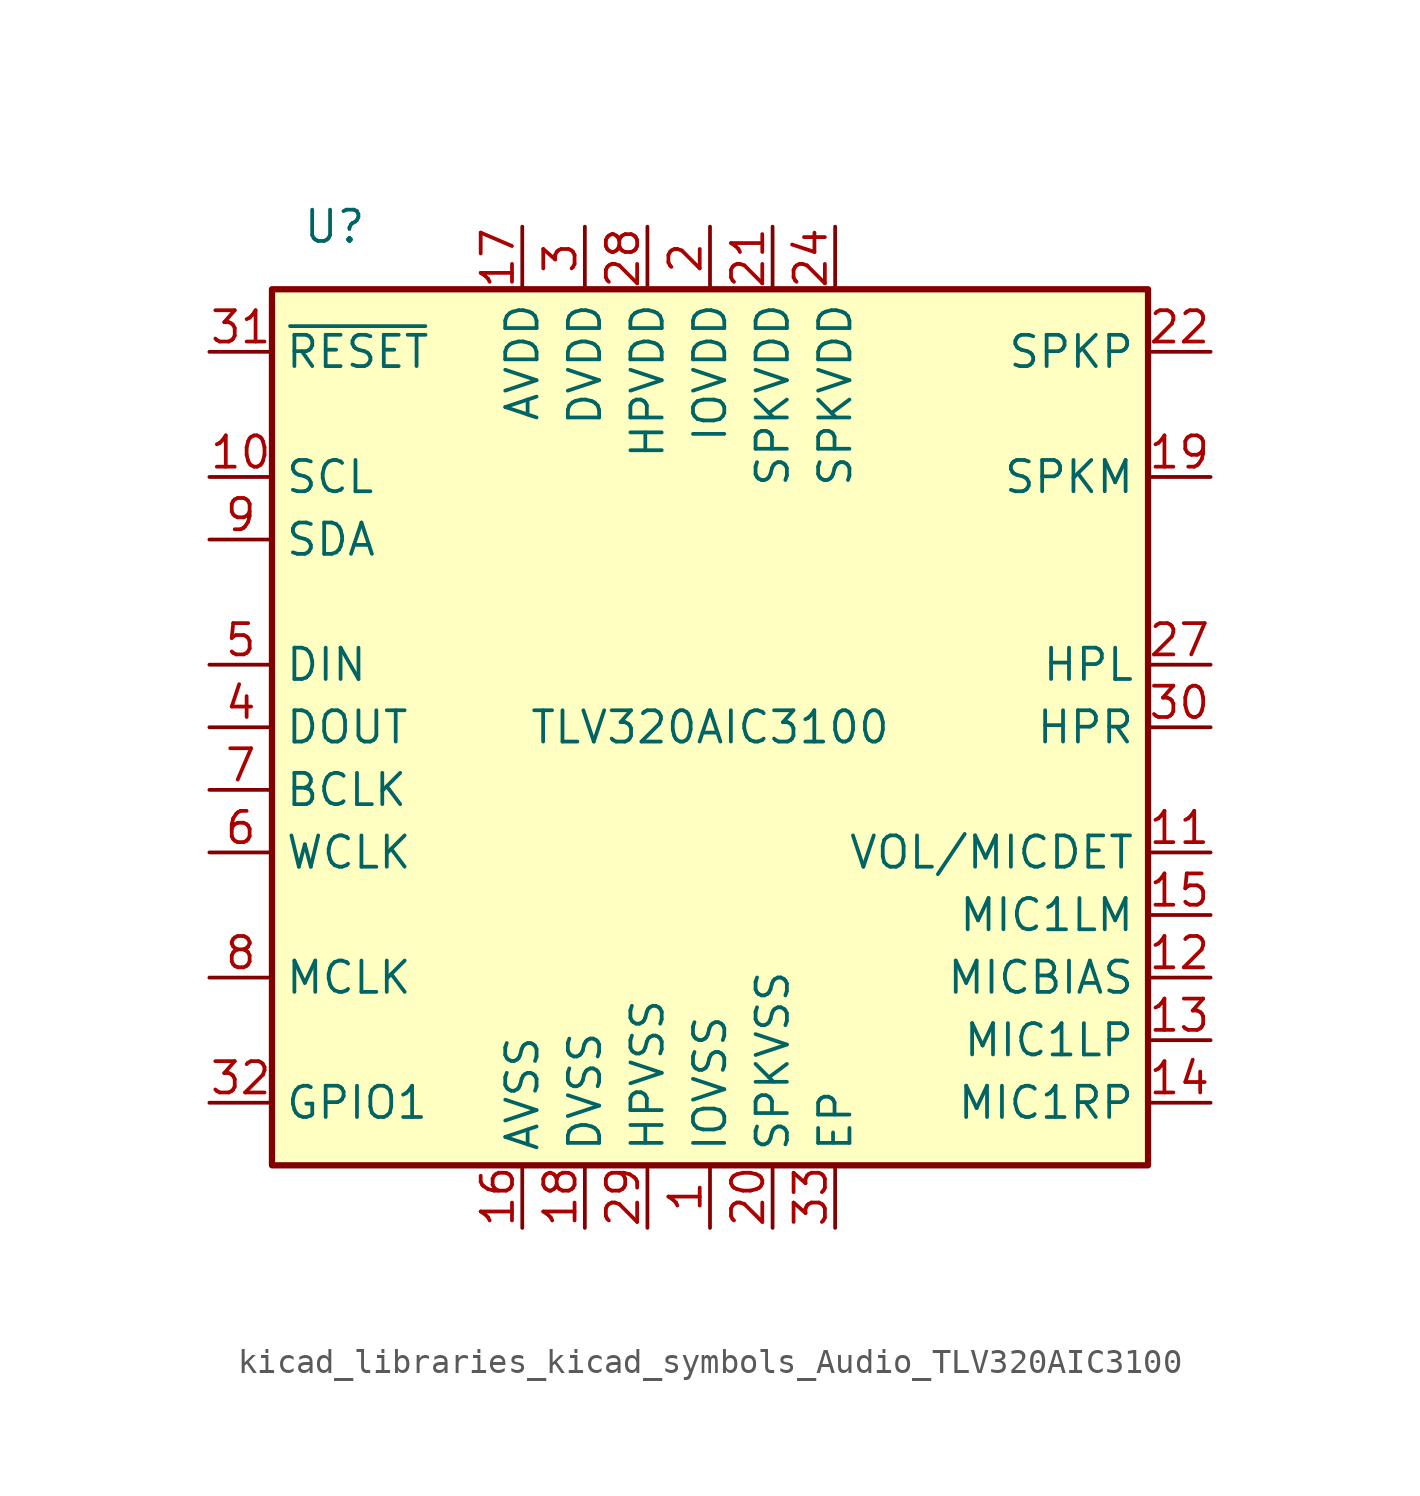
<source format=kicad_sym>
(kicad_symbol_lib
  (version 20220914)
  (generator kicad_symbol_editor)
  (symbol "kicad_libraries_kicad_symbols_Audio_TLV320AIC3100"
    (property "Reference" "U"
      (at -15.24 20.32 0)
      (effects (font (size 1.27 1.27))))
    (property "Value" "TLV320AIC3100"
      (at 0 0 0)
      (effects (font (size 1.27 1.27))))
    (symbol "kicad_libraries_kicad_symbols_Audio_TLV320AIC3100_0_1"
      (rectangle (start -17.78 17.78) (end 17.78 -17.78) (stroke (width 0.254) (type default)) (fill (type background))))
    (symbol "kicad_libraries_kicad_symbols_Audio_TLV320AIC3100_1_1"
      (pin power_in line (at 0 -20.32 90) (length 2.54) (name "IOVSS" (effects (font (size 1.27 1.27)))) (number "1" (effects (font (size 1.27 1.27)))))
      (pin input line (at -20.32 10.16 0) (length 2.54) (name "SCL" (effects (font (size 1.27 1.27)))) (number "10" (effects (font (size 1.27 1.27)))))
      (pin input line (at 20.32 -5.08 180) (length 2.54) (name "VOL/MICDET" (effects (font (size 1.27 1.27)))) (number "11" (effects (font (size 1.27 1.27)))))
      (pin power_out line (at 20.32 -10.16 180) (length 2.54) (name "MICBIAS" (effects (font (size 1.27 1.27)))) (number "12" (effects (font (size 1.27 1.27)))))
      (pin input line (at 20.32 -12.7 180) (length 2.54) (name "MIC1LP" (effects (font (size 1.27 1.27)))) (number "13" (effects (font (size 1.27 1.27)))))
      (pin input line (at 20.32 -15.24 180) (length 2.54) (name "MIC1RP" (effects (font (size 1.27 1.27)))) (number "14" (effects (font (size 1.27 1.27)))))
      (pin input line (at 20.32 -7.62 180) (length 2.54) (name "MIC1LM" (effects (font (size 1.27 1.27)))) (number "15" (effects (font (size 1.27 1.27)))))
      (pin power_in line (at -7.62 -20.32 90) (length 2.54) (name "AVSS" (effects (font (size 1.27 1.27)))) (number "16" (effects (font (size 1.27 1.27)))))
      (pin power_in line (at -7.62 20.32 270) (length 2.54) (name "AVDD" (effects (font (size 1.27 1.27)))) (number "17" (effects (font (size 1.27 1.27)))))
      (pin power_in line (at -5.08 -20.32 90) (length 2.54) (name "DVSS" (effects (font (size 1.27 1.27)))) (number "18" (effects (font (size 1.27 1.27)))))
      (pin output line (at 20.32 10.16 180) (length 2.54) (name "SPKM" (effects (font (size 1.27 1.27)))) (number "19" (effects (font (size 1.27 1.27)))))
      (pin power_in line (at 0 20.32 270) (length 2.54) (name "IOVDD" (effects (font (size 1.27 1.27)))) (number "2" (effects (font (size 1.27 1.27)))))
      (pin power_in line (at 2.54 -20.32 90) (length 2.54) (name "SPKVSS" (effects (font (size 1.27 1.27)))) (number "20" (effects (font (size 1.27 1.27)))))
      (pin power_in line (at 2.54 20.32 270) (length 2.54) (name "SPKVDD" (effects (font (size 1.27 1.27)))) (number "21" (effects (font (size 1.27 1.27)))))
      (pin output line (at 20.32 15.24 180) (length 2.54) (name "SPKP" (effects (font (size 1.27 1.27)))) (number "22" (effects (font (size 1.27 1.27)))))
      (pin passive line (at 20.32 10.16 180) (length 2.54) hide (name "SPKM" (effects (font (size 1.27 1.27)))) (number "23" (effects (font (size 1.27 1.27)))))
      (pin power_in line (at 5.08 20.32 270) (length 2.54) (name "SPKVDD" (effects (font (size 1.27 1.27)))) (number "24" (effects (font (size 1.27 1.27)))))
      (pin passive line (at 2.54 -20.32 90) (length 2.54) hide (name "SPKVSS" (effects (font (size 1.27 1.27)))) (number "25" (effects (font (size 1.27 1.27)))))
      (pin passive line (at 20.32 15.24 180) (length 2.54) hide (name "SPKP" (effects (font (size 1.27 1.27)))) (number "26" (effects (font (size 1.27 1.27)))))
      (pin output line (at 20.32 2.54 180) (length 2.54) (name "HPL" (effects (font (size 1.27 1.27)))) (number "27" (effects (font (size 1.27 1.27)))))
      (pin power_in line (at -2.54 20.32 270) (length 2.54) (name "HPVDD" (effects (font (size 1.27 1.27)))) (number "28" (effects (font (size 1.27 1.27)))))
      (pin power_in line (at -2.54 -20.32 90) (length 2.54) (name "HPVSS" (effects (font (size 1.27 1.27)))) (number "29" (effects (font (size 1.27 1.27)))))
      (pin power_in line (at -5.08 20.32 270) (length 2.54) (name "DVDD" (effects (font (size 1.27 1.27)))) (number "3" (effects (font (size 1.27 1.27)))))
      (pin output line (at 20.32 0 180) (length 2.54) (name "HPR" (effects (font (size 1.27 1.27)))) (number "30" (effects (font (size 1.27 1.27)))))
      (pin input line (at -20.32 15.24 0) (length 2.54) (name "~{RESET}" (effects (font (size 1.27 1.27)))) (number "31" (effects (font (size 1.27 1.27)))))
      (pin bidirectional line (at -20.32 -15.24 0) (length 2.54) (name "GPIO1" (effects (font (size 1.27 1.27)))) (number "32" (effects (font (size 1.27 1.27)))))
      (pin power_in line (at 5.08 -20.32 90) (length 2.54) (name "EP" (effects (font (size 1.27 1.27)))) (number "33" (effects (font (size 1.27 1.27)))))
      (pin output line (at -20.32 0 0) (length 2.54) (name "DOUT" (effects (font (size 1.27 1.27)))) (number "4" (effects (font (size 1.27 1.27)))))
      (pin input line (at -20.32 2.54 0) (length 2.54) (name "DIN" (effects (font (size 1.27 1.27)))) (number "5" (effects (font (size 1.27 1.27)))))
      (pin bidirectional line (at -20.32 -5.08 0) (length 2.54) (name "WCLK" (effects (font (size 1.27 1.27)))) (number "6" (effects (font (size 1.27 1.27)))))
      (pin bidirectional line (at -20.32 -2.54 0) (length 2.54) (name "BCLK" (effects (font (size 1.27 1.27)))) (number "7" (effects (font (size 1.27 1.27)))))
      (pin input line (at -20.32 -10.16 0) (length 2.54) (name "MCLK" (effects (font (size 1.27 1.27)))) (number "8" (effects (font (size 1.27 1.27)))))
      (pin bidirectional line (at -20.32 7.62 0) (length 2.54) (name "SDA" (effects (font (size 1.27 1.27)))) (number "9" (effects (font (size 1.27 1.27))))))))
</source>
